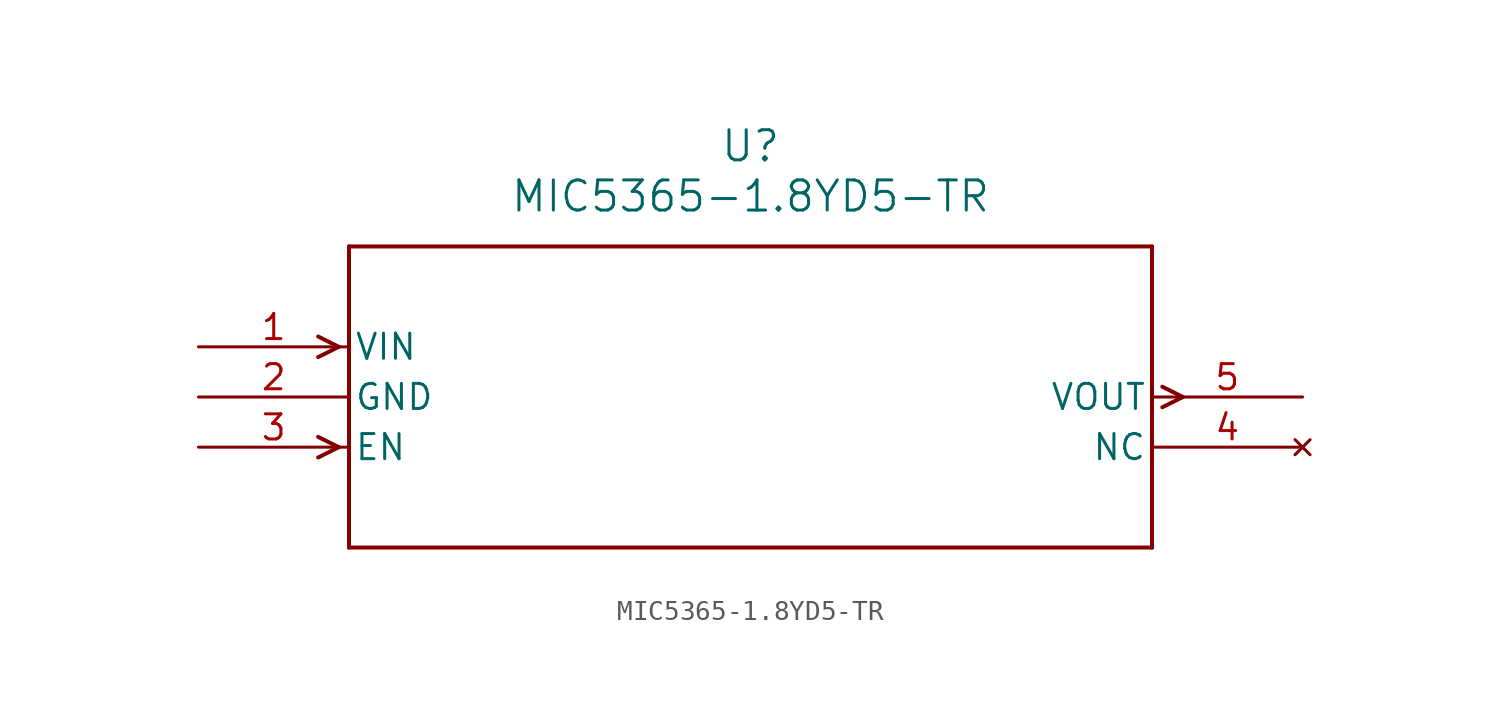
<source format=kicad_sym>
(kicad_symbol_lib
  (version 20211014)
  (generator kicad_symbol_editor)
  (symbol "MIC5365-1.8YD5-TR"
    (pin_names
      (offset 0.254))
    (property "Reference" "U"
      (at 27.94 10.16 0)
      (effects (font (size 1.524 1.524))))
    (property "Value" "MIC5365-1.8YD5-TR"
      (at 27.94 7.62 0)
      (effects (font (size 1.524 1.524))))
    (symbol "MIC5365-1.8YD5-TR_0_1"
      (polyline (pts (xy 7.099 0) (xy 6.058 0.521)) (stroke (width 0.203) (type default) (color 0 0 0 0)) (fill (type none)))
      (polyline (pts (xy 7.099 0) (xy 6.058 -0.521)) (stroke (width 0.203) (type default) (color 0 0 0 0)) (fill (type none)))
      (polyline (pts (xy 7.099 -5.08) (xy 6.058 -4.559)) (stroke (width 0.203) (type default) (color 0 0 0 0)) (fill (type none)))
      (polyline (pts (xy 7.099 -5.08) (xy 6.058 -5.601)) (stroke (width 0.203) (type default) (color 0 0 0 0)) (fill (type none)))
      (polyline (pts (xy 48.781 -2.019) (xy 49.822 -2.54)) (stroke (width 0.203) (type default) (color 0 0 0 0)) (fill (type none)))
      (polyline (pts (xy 48.781 -3.061) (xy 49.822 -2.54)) (stroke (width 0.203) (type default) (color 0 0 0 0)) (fill (type none)))
      (polyline (pts (xy 7.62 5.08) (xy 7.62 -10.16)) (stroke (width 0.203) (type default) (color 0 0 0 0)) (fill (type none)))
      (polyline (pts (xy 7.62 -10.16) (xy 48.26 -10.16)) (stroke (width 0.203) (type default) (color 0 0 0 0)) (fill (type none)))
      (polyline (pts (xy 48.26 -10.16) (xy 48.26 5.08)) (stroke (width 0.203) (type default) (color 0 0 0 0)) (fill (type none)))
      (polyline (pts (xy 48.26 5.08) (xy 7.62 5.08)) (stroke (width 0.203) (type default) (color 0 0 0 0)) (fill (type none)))
      (pin input line (at 0 0 0) (length 7.62) (name "VIN" (effects (font (size 1.27 1.27)))) (number "1" (effects (font (size 1.27 1.27)))))
      (pin power_in line (at 0 -2.54 0) (length 7.62) (name "GND" (effects (font (size 1.27 1.27)))) (number "2" (effects (font (size 1.27 1.27)))))
      (pin input line (at 0 -5.08 0) (length 7.62) (name "EN" (effects (font (size 1.27 1.27)))) (number "3" (effects (font (size 1.27 1.27)))))
      (pin no_connect line (at 55.88 -5.08 180) (length 7.62) (name "NC" (effects (font (size 1.27 1.27)))) (number "4" (effects (font (size 1.27 1.27)))))
      (pin output line (at 55.88 -2.54 180) (length 7.62) (name "VOUT" (effects (font (size 1.27 1.27)))) (number "5" (effects (font (size 1.27 1.27))))))))
</source>
